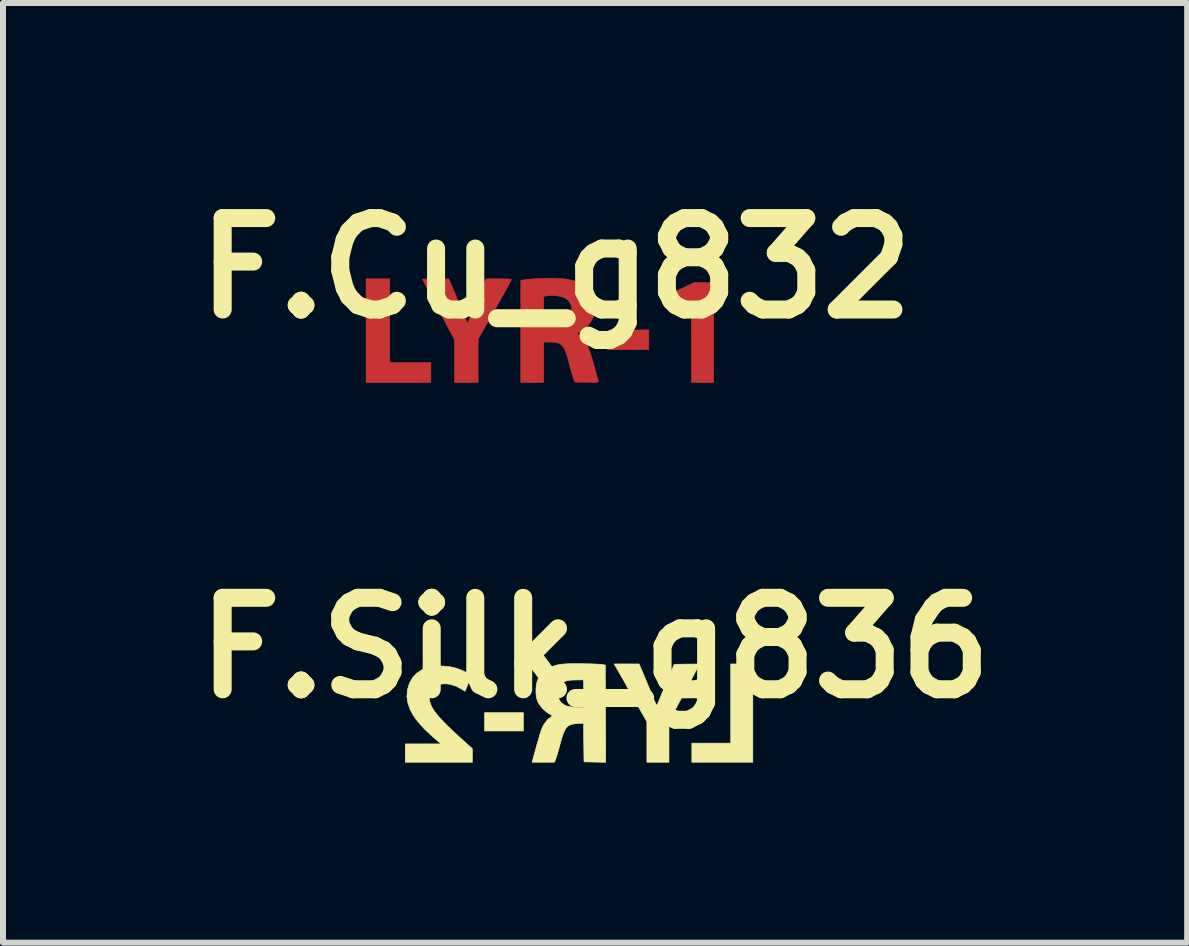
<source format=kicad_pcb>
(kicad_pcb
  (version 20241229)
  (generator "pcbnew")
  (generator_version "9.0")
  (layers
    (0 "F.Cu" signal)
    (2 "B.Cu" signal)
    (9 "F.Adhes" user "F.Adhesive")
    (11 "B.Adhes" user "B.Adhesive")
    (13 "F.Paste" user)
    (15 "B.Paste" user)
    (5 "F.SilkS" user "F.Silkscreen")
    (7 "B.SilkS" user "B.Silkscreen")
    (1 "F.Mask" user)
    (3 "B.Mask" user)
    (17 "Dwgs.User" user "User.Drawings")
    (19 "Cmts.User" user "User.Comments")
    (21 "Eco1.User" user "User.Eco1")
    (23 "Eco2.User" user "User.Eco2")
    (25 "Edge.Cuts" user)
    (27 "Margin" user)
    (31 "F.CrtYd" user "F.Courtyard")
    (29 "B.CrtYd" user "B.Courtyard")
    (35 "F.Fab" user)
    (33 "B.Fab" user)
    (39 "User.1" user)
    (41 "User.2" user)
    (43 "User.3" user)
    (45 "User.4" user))
  (footprint "F.Silk_g836"
    (layer "F.Cu")
    (at 6.865 7.746)
    (property "Reference" "F.Silk_g836" (at 0 0 0) (layer "F.SilkS") (effects (font (size 1.524 1.524) (thickness 0.3))))
    (attr through_hole)
    (fp_poly (pts (xy -1.194 1.384) (xy -1.841 1.384) (xy -1.841 1.079) (xy -1.194 1.079) (xy -1.194 1.384)) (stroke (width 0.01) (type solid)) (fill yes) (layer "F.SilkS"))
    (fp_poly (pts (xy 2.629 1.905) (xy 1.613 1.905) (xy 1.613 1.587) (xy 2.261 1.587) (xy 2.261 0.267) (xy 2.629 0.267) (xy 2.629 1.905)) (stroke (width 0.01) (type solid)) (fill yes) (layer "F.SilkS"))
    (fp_poly (pts (xy 0.819 0.467) (xy 0.853 0.548) (xy 0.889 0.635) (xy 0.923 0.719) (xy 0.953 0.792) (xy 0.963 0.816) (xy 0.985 0.871) (xy 1.006 0.916) (xy 1.021 0.945) (xy 1.03 0.956) (xy 1.031 0.955) (xy 1.039 0.94) (xy 1.054 0.907) (xy 1.073 0.861) (xy 1.09 0.819) (xy 1.113 0.763) (xy 1.143 0.691) (xy 1.176 0.61) (xy 1.211 0.528) (xy 1.23 0.483) (xy 1.319 0.273) (xy 1.529 0.27) (xy 1.599 0.269) (xy 1.659 0.269) (xy 1.705 0.269) (xy 1.733 0.27) (xy 1.74 0.271) (xy 1.734 0.283) (xy 1.718 0.315) (xy 1.691 0.365) (xy 1.657 0.43) (xy 1.616 0.508) (xy 1.568 0.597) (xy 1.516 0.694) (xy 1.486 0.751) (xy 1.232 1.226) (xy 1.232 1.565) (xy 1.232 1.905) (xy 0.864 1.905) (xy 0.864 1.23) (xy 0.608 0.777) (xy 0.552 0.678) (xy 0.5 0.585) (xy 0.452 0.5) (xy 0.41 0.427) (xy 0.376 0.368) (xy 0.351 0.324) (xy 0.337 0.299) (xy 0.335 0.295) (xy 0.317 0.267) (xy 0.734 0.267) (xy 0.819 0.467)) (stroke (width 0.01) (type solid)) (fill yes) (layer "F.SilkS"))
    (fp_poly (pts (xy -2.508 0.304) (xy -2.405 0.316) (xy -2.346 0.329) (xy -2.286 0.347) (xy -2.225 0.371) (xy -2.168 0.397) (xy -2.121 0.423) (xy -2.087 0.446) (xy -2.071 0.465) (xy -2.071 0.468) (xy -2.076 0.488) (xy -2.088 0.526) (xy -2.106 0.574) (xy -2.119 0.606) (xy -2.166 0.722) (xy -2.228 0.684) (xy -2.318 0.637) (xy -2.407 0.608) (xy -2.49 0.597) (xy -2.567 0.603) (xy -2.635 0.623) (xy -2.691 0.657) (xy -2.733 0.705) (xy -2.757 0.765) (xy -2.763 0.835) (xy -2.751 0.906) (xy -2.732 0.957) (xy -2.705 1.01) (xy -2.667 1.067) (xy -2.617 1.13) (xy -2.554 1.2) (xy -2.476 1.281) (xy -2.381 1.372) (xy -2.268 1.477) (xy -2.238 1.504) (xy -2.045 1.679) (xy -2.045 1.905) (xy -3.162 1.905) (xy -3.162 1.6) (xy -2.565 1.6) (xy -2.696 1.488) (xy -2.829 1.366) (xy -2.937 1.248) (xy -3.022 1.134) (xy -3.083 1.023) (xy -3.12 0.914) (xy -3.135 0.808) (xy -3.126 0.702) (xy -3.124 0.692) (xy -3.091 0.584) (xy -3.038 0.493) (xy -2.966 0.418) (xy -2.876 0.361) (xy -2.795 0.329) (xy -2.711 0.311) (xy -2.612 0.302) (xy -2.508 0.304)) (stroke (width 0.01) (type solid)) (fill yes) (layer "F.SilkS"))
    (fp_poly (pts (xy -0.248 0.262) (xy -0.16 0.264) (xy -0.077 0.265) (xy -0.003 0.268) (xy 0.056 0.271) (xy 0.097 0.274) (xy 0.108 0.275) (xy 0.171 0.286) (xy 0.175 1.096) (xy 0.178 1.906) (xy -0.184 1.899) (xy -0.188 1.576) (xy -0.191 1.254) (xy -0.291 1.26) (xy -0.352 1.266) (xy -0.402 1.277) (xy -0.442 1.296) (xy -0.476 1.327) (xy -0.504 1.371) (xy -0.531 1.433) (xy -0.557 1.513) (xy -0.584 1.611) (xy -0.603 1.682) (xy -0.622 1.748) (xy -0.639 1.804) (xy -0.652 1.843) (xy -0.656 1.855) (xy -0.676 1.905) (xy -1.049 1.905) (xy -0.994 1.705) (xy -0.965 1.601) (xy -0.941 1.518) (xy -0.922 1.453) (xy -0.907 1.403) (xy -0.894 1.365) (xy -0.882 1.335) (xy -0.87 1.31) (xy -0.858 1.287) (xy -0.848 1.27) (xy -0.818 1.228) (xy -0.784 1.19) (xy -0.762 1.171) (xy -0.734 1.151) (xy -0.717 1.136) (xy -0.715 1.133) (xy -0.723 1.123) (xy -0.748 1.107) (xy -0.762 1.1) (xy -0.813 1.066) (xy -0.866 1.017) (xy -0.915 0.96) (xy -0.952 0.902) (xy -0.957 0.892) (xy -0.975 0.832) (xy -0.984 0.758) (xy -0.984 0.747) (xy -0.621 0.747) (xy -0.615 0.815) (xy -0.598 0.861) (xy -0.562 0.913) (xy -0.512 0.951) (xy -0.447 0.975) (xy -0.362 0.988) (xy -0.302 0.99) (xy -0.191 0.991) (xy -0.191 0.533) (xy -0.321 0.534) (xy -0.408 0.537) (xy -0.475 0.548) (xy -0.526 0.569) (xy -0.566 0.6) (xy -0.585 0.623) (xy -0.611 0.68) (xy -0.621 0.747) (xy -0.984 0.747) (xy -0.984 0.679) (xy -0.976 0.602) (xy -0.959 0.539) (xy -0.955 0.53) (xy -0.916 0.466) (xy -0.86 0.403) (xy -0.796 0.353) (xy -0.762 0.333) (xy -0.712 0.311) (xy -0.665 0.293) (xy -0.616 0.281) (xy -0.56 0.272) (xy -0.494 0.266) (xy -0.414 0.263) (xy -0.314 0.262) (xy -0.248 0.262)) (stroke (width 0.01) (type solid)) (fill yes) (layer "F.SilkS")))
  (footprint "F.Cu_g832"
    (layer "F.Cu")
    (at 6.212 1.418)
    (property "Reference" "F.Cu_g832" (at 0 0 0) (layer "F.SilkS") (effects (font (size 1.524 1.524) (thickness 0.3))))
    (attr through_hole)
    (fp_poly (pts (xy -2.769 1.575) (xy -2.083 1.575) (xy -2.083 1.905) (xy -3.162 1.905) (xy -3.162 0.178) (xy -2.769 0.178) (xy -2.769 1.575)) (stroke (width 0.01) (type solid)) (fill yes) (layer "F.Cu"))
    (fp_poly (pts (xy 1.549 1.359) (xy 0.863 1.359) (xy 0.866 1.197) (xy 0.87 1.035) (xy 1.21 1.032) (xy 1.549 1.028) (xy 1.549 1.359)) (stroke (width 0.01) (type solid)) (fill yes) (layer "F.Cu"))
    (fp_poly (pts (xy 2.629 1.905) (xy 2.261 1.905) (xy 2.261 1.245) (xy 2.261 1.118) (xy 2.26 0.999) (xy 2.26 0.89) (xy 2.259 0.795) (xy 2.259 0.714) (xy 2.258 0.651) (xy 2.257 0.607) (xy 2.256 0.586) (xy 2.256 0.584) (xy 2.243 0.589) (xy 2.212 0.604) (xy 2.166 0.625) (xy 2.111 0.652) (xy 2.094 0.66) (xy 1.937 0.737) (xy 1.909 0.619) (xy 1.896 0.564) (xy 1.886 0.516) (xy 1.879 0.482) (xy 1.877 0.473) (xy 1.878 0.462) (xy 1.885 0.451) (xy 1.901 0.437) (xy 1.93 0.42) (xy 1.975 0.397) (xy 2.037 0.367) (xy 2.089 0.343) (xy 2.305 0.241) (xy 2.467 0.241) (xy 2.629 0.241) (xy 2.629 1.905)) (stroke (width 0.01) (type solid)) (fill yes) (layer "F.Cu"))
    (fp_poly (pts (xy -1.667 0.454) (xy -1.632 0.539) (xy -1.597 0.621) (xy -1.566 0.697) (xy -1.54 0.761) (xy -1.521 0.808) (xy -1.515 0.823) (xy -1.497 0.866) (xy -1.482 0.898) (xy -1.472 0.914) (xy -1.471 0.914) (xy -1.463 0.904) (xy -1.45 0.876) (xy -1.444 0.858) (xy -1.434 0.832) (xy -1.416 0.785) (xy -1.391 0.723) (xy -1.36 0.649) (xy -1.327 0.566) (xy -1.295 0.49) (xy -1.165 0.178) (xy -0.95 0.178) (xy -0.871 0.178) (xy -0.814 0.179) (xy -0.776 0.181) (xy -0.753 0.184) (xy -0.743 0.188) (xy -0.741 0.195) (xy -0.742 0.198) (xy -0.75 0.214) (xy -0.769 0.248) (xy -0.797 0.301) (xy -0.835 0.368) (xy -0.879 0.448) (xy -0.93 0.538) (xy -0.985 0.636) (xy -1.023 0.702) (xy -1.295 1.184) (xy -1.295 1.905) (xy -1.689 1.905) (xy -1.689 1.19) (xy -1.956 0.691) (xy -2.011 0.588) (xy -2.063 0.491) (xy -2.109 0.404) (xy -2.149 0.328) (xy -2.181 0.266) (xy -2.205 0.22) (xy -2.219 0.192) (xy -2.223 0.185) (xy -2.21 0.183) (xy -2.177 0.181) (xy -2.127 0.179) (xy -2.063 0.178) (xy -2.003 0.178) (xy -1.784 0.178) (xy -1.667 0.454)) (stroke (width 0.01) (type solid)) (fill yes) (layer "F.Cu"))
    (fp_poly (pts (xy 0.013 0.169) (xy 0.157 0.181) (xy 0.281 0.204) (xy 0.384 0.238) (xy 0.469 0.285) (xy 0.538 0.345) (xy 0.592 0.42) (xy 0.611 0.455) (xy 0.633 0.523) (xy 0.645 0.603) (xy 0.646 0.689) (xy 0.636 0.769) (xy 0.623 0.816) (xy 0.587 0.885) (xy 0.535 0.954) (xy 0.474 1.014) (xy 0.413 1.055) (xy 0.376 1.078) (xy 0.357 1.095) (xy 0.359 1.104) (xy 0.368 1.105) (xy 0.39 1.115) (xy 0.421 1.141) (xy 0.456 1.177) (xy 0.489 1.219) (xy 0.516 1.261) (xy 0.521 1.271) (xy 0.536 1.306) (xy 0.555 1.36) (xy 0.578 1.428) (xy 0.602 1.506) (xy 0.626 1.588) (xy 0.629 1.602) (xy 0.651 1.68) (xy 0.671 1.751) (xy 0.687 1.811) (xy 0.7 1.855) (xy 0.707 1.88) (xy 0.708 1.883) (xy 0.709 1.892) (xy 0.703 1.897) (xy 0.688 1.901) (xy 0.659 1.903) (xy 0.614 1.903) (xy 0.548 1.903) (xy 0.514 1.902) (xy 0.314 1.899) (xy 0.29 1.829) (xy 0.278 1.79) (xy 0.262 1.734) (xy 0.243 1.667) (xy 0.224 1.596) (xy 0.22 1.581) (xy 0.192 1.477) (xy 0.165 1.396) (xy 0.137 1.335) (xy 0.105 1.291) (xy 0.068 1.261) (xy 0.022 1.243) (xy -0.036 1.234) (xy -0.102 1.232) (xy -0.203 1.232) (xy -0.203 1.905) (xy -0.584 1.905) (xy -0.584 0.471) (xy -0.203 0.471) (xy -0.203 0.94) (xy -0.078 0.94) (xy -0.019 0.938) (xy 0.036 0.934) (xy 0.077 0.929) (xy 0.09 0.925) (xy 0.157 0.892) (xy 0.209 0.844) (xy 0.244 0.786) (xy 0.263 0.723) (xy 0.264 0.658) (xy 0.247 0.596) (xy 0.211 0.541) (xy 0.156 0.498) (xy 0.153 0.496) (xy 0.104 0.478) (xy 0.039 0.464) (xy -0.033 0.457) (xy -0.104 0.457) (xy -0.158 0.463) (xy -0.203 0.471) (xy -0.584 0.471) (xy -0.584 0.206) (xy -0.555 0.199) (xy -0.515 0.192) (xy -0.456 0.185) (xy -0.381 0.179) (xy -0.298 0.174) (xy -0.211 0.171) (xy -0.126 0.168) (xy -0.048 0.168) (xy 0.013 0.169)) (stroke (width 0.01) (type solid)) (fill yes) (layer "F.Cu")))
  (gr_rect
    (start -3 -3)
    (end 16.731 12.657)
    (stroke (width 0.1) (type default))
    (fill no)
    (layer "Edge.Cuts")))
</source>
